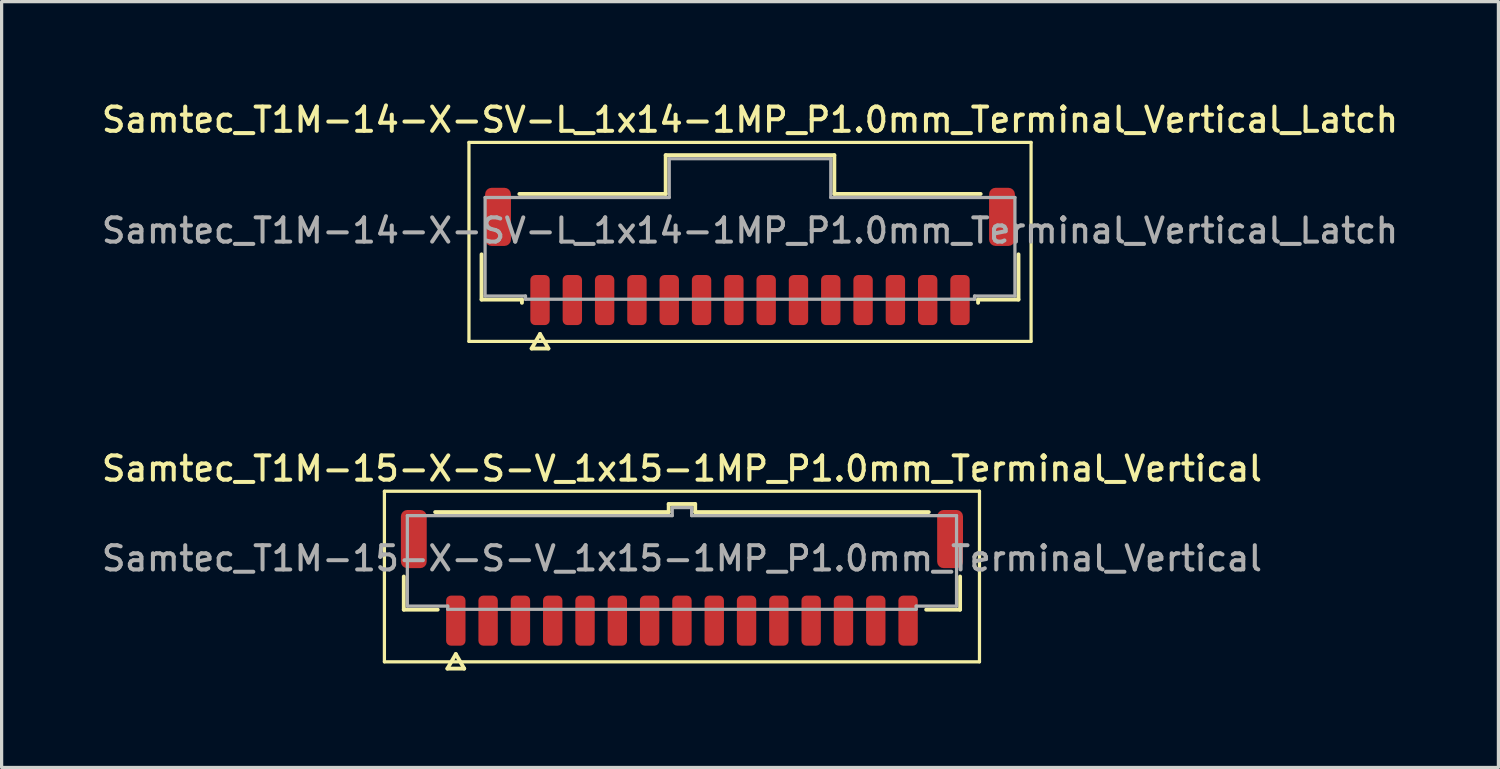
<source format=kicad_pcb>
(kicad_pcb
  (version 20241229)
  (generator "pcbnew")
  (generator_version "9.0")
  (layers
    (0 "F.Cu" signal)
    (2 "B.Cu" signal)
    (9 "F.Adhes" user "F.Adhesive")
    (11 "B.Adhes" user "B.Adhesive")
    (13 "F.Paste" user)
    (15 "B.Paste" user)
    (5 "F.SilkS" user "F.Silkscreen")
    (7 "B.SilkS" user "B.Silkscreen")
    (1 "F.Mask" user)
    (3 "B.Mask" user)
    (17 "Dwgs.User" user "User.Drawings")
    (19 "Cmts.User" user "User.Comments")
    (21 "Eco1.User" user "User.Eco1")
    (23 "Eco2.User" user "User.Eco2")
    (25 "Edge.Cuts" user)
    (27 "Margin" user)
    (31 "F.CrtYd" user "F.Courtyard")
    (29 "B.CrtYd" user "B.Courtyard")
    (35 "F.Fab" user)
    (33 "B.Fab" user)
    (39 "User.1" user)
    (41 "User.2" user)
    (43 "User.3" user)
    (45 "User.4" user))
  (footprint "Samtec_T1M-15-X-S-V_1x15-1MP_P1.0mm_Terminal_Vertical"
    (layer "F.Cu")
    (at 18.059 14.236)
    (property "Reference" "Samtec_T1M-15-X-S-V_1x15-1MP_P1.0mm_Terminal_Vertical" (at 0 -2.78 0) (layer "F.SilkS") (effects (font (size 0.75 0.75) (thickness 0.125))))
    (attr smd)
    (fp_line (start -9.21 -2.08) (end -9.21 3.2) (stroke (width 0.1) (type solid)) (layer "F.SilkS"))
    (fp_line (start -9.21 3.2) (end 9.21 3.2) (stroke (width 0.1) (type solid)) (layer "F.SilkS"))
    (fp_line (start -8.61 1.585) (end -8.61 0.56) (stroke (width 0.12) (type solid)) (layer "F.SilkS"))
    (fp_line (start -7.64 -1.435) (end -0.41 -1.435) (stroke (width 0.12) (type solid)) (layer "F.SilkS"))
    (fp_line (start -7.56 1.585) (end -8.61 1.585) (stroke (width 0.12) (type solid)) (layer "F.SilkS"))
    (fp_line (start -7.26 3.41) (end -7 2.96) (stroke (width 0.12) (type solid)) (layer "F.SilkS"))
    (fp_line (start -7 2.96) (end -6.74 3.41) (stroke (width 0.12) (type solid)) (layer "F.SilkS"))
    (fp_line (start -6.74 3.41) (end -7.26 3.41) (stroke (width 0.12) (type solid)) (layer "F.SilkS"))
    (fp_line (start -0.41 -1.685) (end 0.41 -1.685) (stroke (width 0.12) (type solid)) (layer "F.SilkS"))
    (fp_line (start -0.41 -1.435) (end -0.41 -1.685) (stroke (width 0.12) (type solid)) (layer "F.SilkS"))
    (fp_line (start 0.41 -1.685) (end 0.41 -1.435) (stroke (width 0.12) (type solid)) (layer "F.SilkS"))
    (fp_line (start 0.41 -1.435) (end 7.64 -1.435) (stroke (width 0.12) (type solid)) (layer "F.SilkS"))
    (fp_line (start 8.61 0.56) (end 8.61 1.585) (stroke (width 0.12) (type solid)) (layer "F.SilkS"))
    (fp_line (start 8.61 1.585) (end 7.56 1.585) (stroke (width 0.12) (type solid)) (layer "F.SilkS"))
    (fp_line (start 9.21 -2.08) (end -9.21 -2.08) (stroke (width 0.1) (type solid)) (layer "F.SilkS"))
    (fp_line (start 9.21 3.2) (end 9.21 -2.08) (stroke (width 0.1) (type solid)) (layer "F.SilkS"))
    (fp_line (start -8.5 -1.325) (end -0.3 -1.325) (stroke (width 0.1) (type solid)) (layer "F.Fab"))
    (fp_line (start -8.5 1.475) (end -8.5 -1.325) (stroke (width 0.1) (type solid)) (layer "F.Fab"))
    (fp_line (start -7.25 1.475) (end -8.5 1.475) (stroke (width 0.1) (type solid)) (layer "F.Fab"))
    (fp_line (start -7.25 1.575) (end -7.25 1.475) (stroke (width 0.1) (type solid)) (layer "F.Fab"))
    (fp_line (start -0.3 -1.575) (end 0.3 -1.575) (stroke (width 0.1) (type solid)) (layer "F.Fab"))
    (fp_line (start -0.3 -1.325) (end -0.3 -1.575) (stroke (width 0.1) (type solid)) (layer "F.Fab"))
    (fp_line (start 0.3 -1.575) (end 0.3 -1.325) (stroke (width 0.1) (type solid)) (layer "F.Fab"))
    (fp_line (start 0.3 -1.325) (end 8.5 -1.325) (stroke (width 0.1) (type solid)) (layer "F.Fab"))
    (fp_line (start 7.25 1.475) (end 7.25 1.575) (stroke (width 0.1) (type solid)) (layer "F.Fab"))
    (fp_line (start 7.25 1.575) (end -7.25 1.575) (stroke (width 0.1) (type solid)) (layer "F.Fab"))
    (fp_line (start 8.5 -1.325) (end 8.5 1.475) (stroke (width 0.1) (type solid)) (layer "F.Fab"))
    (fp_line (start 8.5 1.475) (end 7.25 1.475) (stroke (width 0.1) (type solid)) (layer "F.Fab"))
    (fp_text user "${REFERENCE}" (at 0 0 0) (layer "F.Fab") (effects (font (size 0.75 0.75) (thickness 0.125))))
    (pad "1" smd roundrect (at -7 1.925) (size 0.6 1.55) (layers "F.Cu" "F.Mask" "F.Paste") (roundrect_rratio 0.25))
    (pad "2" smd roundrect (at -6 1.925) (size 0.6 1.55) (layers "F.Cu" "F.Mask" "F.Paste") (roundrect_rratio 0.25))
    (pad "3" smd roundrect (at -5 1.925) (size 0.6 1.55) (layers "F.Cu" "F.Mask" "F.Paste") (roundrect_rratio 0.25))
    (pad "4" smd roundrect (at -4 1.925) (size 0.6 1.55) (layers "F.Cu" "F.Mask" "F.Paste") (roundrect_rratio 0.25))
    (pad "5" smd roundrect (at -3 1.925) (size 0.6 1.55) (layers "F.Cu" "F.Mask" "F.Paste") (roundrect_rratio 0.25))
    (pad "6" smd roundrect (at -2 1.925) (size 0.6 1.55) (layers "F.Cu" "F.Mask" "F.Paste") (roundrect_rratio 0.25))
    (pad "7" smd roundrect (at -1 1.925) (size 0.6 1.55) (layers "F.Cu" "F.Mask" "F.Paste") (roundrect_rratio 0.25))
    (pad "8" smd roundrect (at 0 1.925) (size 0.6 1.55) (layers "F.Cu" "F.Mask" "F.Paste") (roundrect_rratio 0.25))
    (pad "9" smd roundrect (at 1 1.925) (size 0.6 1.55) (layers "F.Cu" "F.Mask" "F.Paste") (roundrect_rratio 0.25))
    (pad "10" smd roundrect (at 2 1.925) (size 0.6 1.55) (layers "F.Cu" "F.Mask" "F.Paste") (roundrect_rratio 0.25))
    (pad "11" smd roundrect (at 3 1.925) (size 0.6 1.55) (layers "F.Cu" "F.Mask" "F.Paste") (roundrect_rratio 0.25))
    (pad "12" smd roundrect (at 4 1.925) (size 0.6 1.55) (layers "F.Cu" "F.Mask" "F.Paste") (roundrect_rratio 0.25))
    (pad "13" smd roundrect (at 5 1.925) (size 0.6 1.55) (layers "F.Cu" "F.Mask" "F.Paste") (roundrect_rratio 0.25))
    (pad "14" smd roundrect (at 6 1.925) (size 0.6 1.55) (layers "F.Cu" "F.Mask" "F.Paste") (roundrect_rratio 0.25))
    (pad "15" smd roundrect (at 7 1.925) (size 0.6 1.55) (layers "F.Cu" "F.Mask" "F.Paste") (roundrect_rratio 0.25))
    (pad "MP" smd roundrect (at -8.3 -0.6) (size 0.8 1.8) (layers "F.Cu" "F.Mask" "F.Paste") (roundrect_rratio 0.25))
    (pad "MP" smd roundrect (at 8.3 -0.6) (size 0.8 1.8) (layers "F.Cu" "F.Mask" "F.Paste") (roundrect_rratio 0.25)))
  (footprint "Samtec_T1M-14-X-SV-L_1x14-1MP_P1.0mm_Terminal_Vertical_Latch"
    (layer "F.Cu")
    (at 20.166 4.088)
    (property "Reference" "Samtec_T1M-14-X-SV-L_1x14-1MP_P1.0mm_Terminal_Vertical_Latch" (at 0 -3.43 0) (layer "F.SilkS") (effects (font (size 0.75 0.75) (thickness 0.125))))
    (attr smd)
    (fp_line (start -8.7 -2.73) (end -8.7 3.43) (stroke (width 0.1) (type solid)) (layer "F.SilkS"))
    (fp_line (start -8.7 3.43) (end 8.7 3.43) (stroke (width 0.1) (type solid)) (layer "F.SilkS"))
    (fp_line (start -8.31 2.135) (end -8.31 0.735) (stroke (width 0.12) (type solid)) (layer "F.SilkS"))
    (fp_line (start -7.14 -1.135) (end -2.61 -1.135) (stroke (width 0.12) (type solid)) (layer "F.SilkS"))
    (fp_line (start -7.06 2.135) (end -8.31 2.135) (stroke (width 0.12) (type solid)) (layer "F.SilkS"))
    (fp_line (start -7.06 2.235) (end -7.06 2.135) (stroke (width 0.12) (type solid)) (layer "F.SilkS"))
    (fp_line (start -6.76 3.65) (end -6.5 3.2) (stroke (width 0.12) (type solid)) (layer "F.SilkS"))
    (fp_line (start -6.5 3.2) (end -6.24 3.65) (stroke (width 0.12) (type solid)) (layer "F.SilkS"))
    (fp_line (start -6.24 3.65) (end -6.76 3.65) (stroke (width 0.12) (type solid)) (layer "F.SilkS"))
    (fp_line (start -2.61 -2.335) (end 2.61 -2.335) (stroke (width 0.12) (type solid)) (layer "F.SilkS"))
    (fp_line (start -2.61 -1.135) (end -2.61 -2.335) (stroke (width 0.12) (type solid)) (layer "F.SilkS"))
    (fp_line (start 2.61 -2.335) (end 2.61 -1.135) (stroke (width 0.12) (type solid)) (layer "F.SilkS"))
    (fp_line (start 2.61 -1.135) (end 7.14 -1.135) (stroke (width 0.12) (type solid)) (layer "F.SilkS"))
    (fp_line (start 7.06 2.135) (end 7.06 2.235) (stroke (width 0.12) (type solid)) (layer "F.SilkS"))
    (fp_line (start 8.31 0.735) (end 8.31 2.135) (stroke (width 0.12) (type solid)) (layer "F.SilkS"))
    (fp_line (start 8.31 2.135) (end 7.06 2.135) (stroke (width 0.12) (type solid)) (layer "F.SilkS"))
    (fp_line (start 8.7 -2.73) (end -8.7 -2.73) (stroke (width 0.1) (type solid)) (layer "F.SilkS"))
    (fp_line (start 8.7 3.43) (end 8.7 -2.73) (stroke (width 0.1) (type solid)) (layer "F.SilkS"))
    (fp_line (start -8.2 -1.025) (end -2.5 -1.025) (stroke (width 0.1) (type solid)) (layer "F.Fab"))
    (fp_line (start -8.2 2.025) (end -8.2 -1.025) (stroke (width 0.1) (type solid)) (layer "F.Fab"))
    (fp_line (start -6.95 2.025) (end -8.2 2.025) (stroke (width 0.1) (type solid)) (layer "F.Fab"))
    (fp_line (start -6.95 2.125) (end -6.95 2.025) (stroke (width 0.1) (type solid)) (layer "F.Fab"))
    (fp_line (start -2.5 -2.225) (end 2.5 -2.225) (stroke (width 0.1) (type solid)) (layer "F.Fab"))
    (fp_line (start -2.5 -1.025) (end -2.5 -2.225) (stroke (width 0.1) (type solid)) (layer "F.Fab"))
    (fp_line (start 2.5 -2.225) (end 2.5 -1.025) (stroke (width 0.1) (type solid)) (layer "F.Fab"))
    (fp_line (start 2.5 -1.025) (end 8.2 -1.025) (stroke (width 0.1) (type solid)) (layer "F.Fab"))
    (fp_line (start 6.95 2.025) (end 6.95 2.125) (stroke (width 0.1) (type solid)) (layer "F.Fab"))
    (fp_line (start 6.95 2.125) (end -6.95 2.125) (stroke (width 0.1) (type solid)) (layer "F.Fab"))
    (fp_line (start 8.2 -1.025) (end 8.2 2.025) (stroke (width 0.1) (type solid)) (layer "F.Fab"))
    (fp_line (start 8.2 2.025) (end 6.95 2.025) (stroke (width 0.1) (type solid)) (layer "F.Fab"))
    (fp_text user "${REFERENCE}" (at 0 0 0) (layer "F.Fab") (effects (font (size 0.75 0.75) (thickness 0.125))))
    (pad "1" smd roundrect (at -6.5 2.15) (size 0.6 1.55) (layers "F.Cu" "F.Mask" "F.Paste") (roundrect_rratio 0.25))
    (pad "2" smd roundrect (at -5.5 2.15) (size 0.6 1.55) (layers "F.Cu" "F.Mask" "F.Paste") (roundrect_rratio 0.25))
    (pad "3" smd roundrect (at -4.5 2.15) (size 0.6 1.55) (layers "F.Cu" "F.Mask" "F.Paste") (roundrect_rratio 0.25))
    (pad "4" smd roundrect (at -3.5 2.15) (size 0.6 1.55) (layers "F.Cu" "F.Mask" "F.Paste") (roundrect_rratio 0.25))
    (pad "5" smd roundrect (at -2.5 2.15) (size 0.6 1.55) (layers "F.Cu" "F.Mask" "F.Paste") (roundrect_rratio 0.25))
    (pad "6" smd roundrect (at -1.5 2.15) (size 0.6 1.55) (layers "F.Cu" "F.Mask" "F.Paste") (roundrect_rratio 0.25))
    (pad "7" smd roundrect (at -0.5 2.15) (size 0.6 1.55) (layers "F.Cu" "F.Mask" "F.Paste") (roundrect_rratio 0.25))
    (pad "8" smd roundrect (at 0.5 2.15) (size 0.6 1.55) (layers "F.Cu" "F.Mask" "F.Paste") (roundrect_rratio 0.25))
    (pad "9" smd roundrect (at 1.5 2.15) (size 0.6 1.55) (layers "F.Cu" "F.Mask" "F.Paste") (roundrect_rratio 0.25))
    (pad "10" smd roundrect (at 2.5 2.15) (size 0.6 1.55) (layers "F.Cu" "F.Mask" "F.Paste") (roundrect_rratio 0.25))
    (pad "11" smd roundrect (at 3.5 2.15) (size 0.6 1.55) (layers "F.Cu" "F.Mask" "F.Paste") (roundrect_rratio 0.25))
    (pad "12" smd roundrect (at 4.5 2.15) (size 0.6 1.55) (layers "F.Cu" "F.Mask" "F.Paste") (roundrect_rratio 0.25))
    (pad "13" smd roundrect (at 5.5 2.15) (size 0.6 1.55) (layers "F.Cu" "F.Mask" "F.Paste") (roundrect_rratio 0.25))
    (pad "14" smd roundrect (at 6.5 2.15) (size 0.6 1.55) (layers "F.Cu" "F.Mask" "F.Paste") (roundrect_rratio 0.25))
    (pad "MP" smd roundrect (at -7.8 -0.425) (size 0.8 1.8) (layers "F.Cu" "F.Mask" "F.Paste") (roundrect_rratio 0.25))
    (pad "MP" smd roundrect (at 7.8 -0.425) (size 0.8 1.8) (layers "F.Cu" "F.Mask" "F.Paste") (roundrect_rratio 0.25)))
  (gr_rect
    (start -3 -3)
    (end 43.332 20.706)
    (stroke (width 0.1) (type default))
    (fill no)
    (layer "Edge.Cuts")))
</source>
